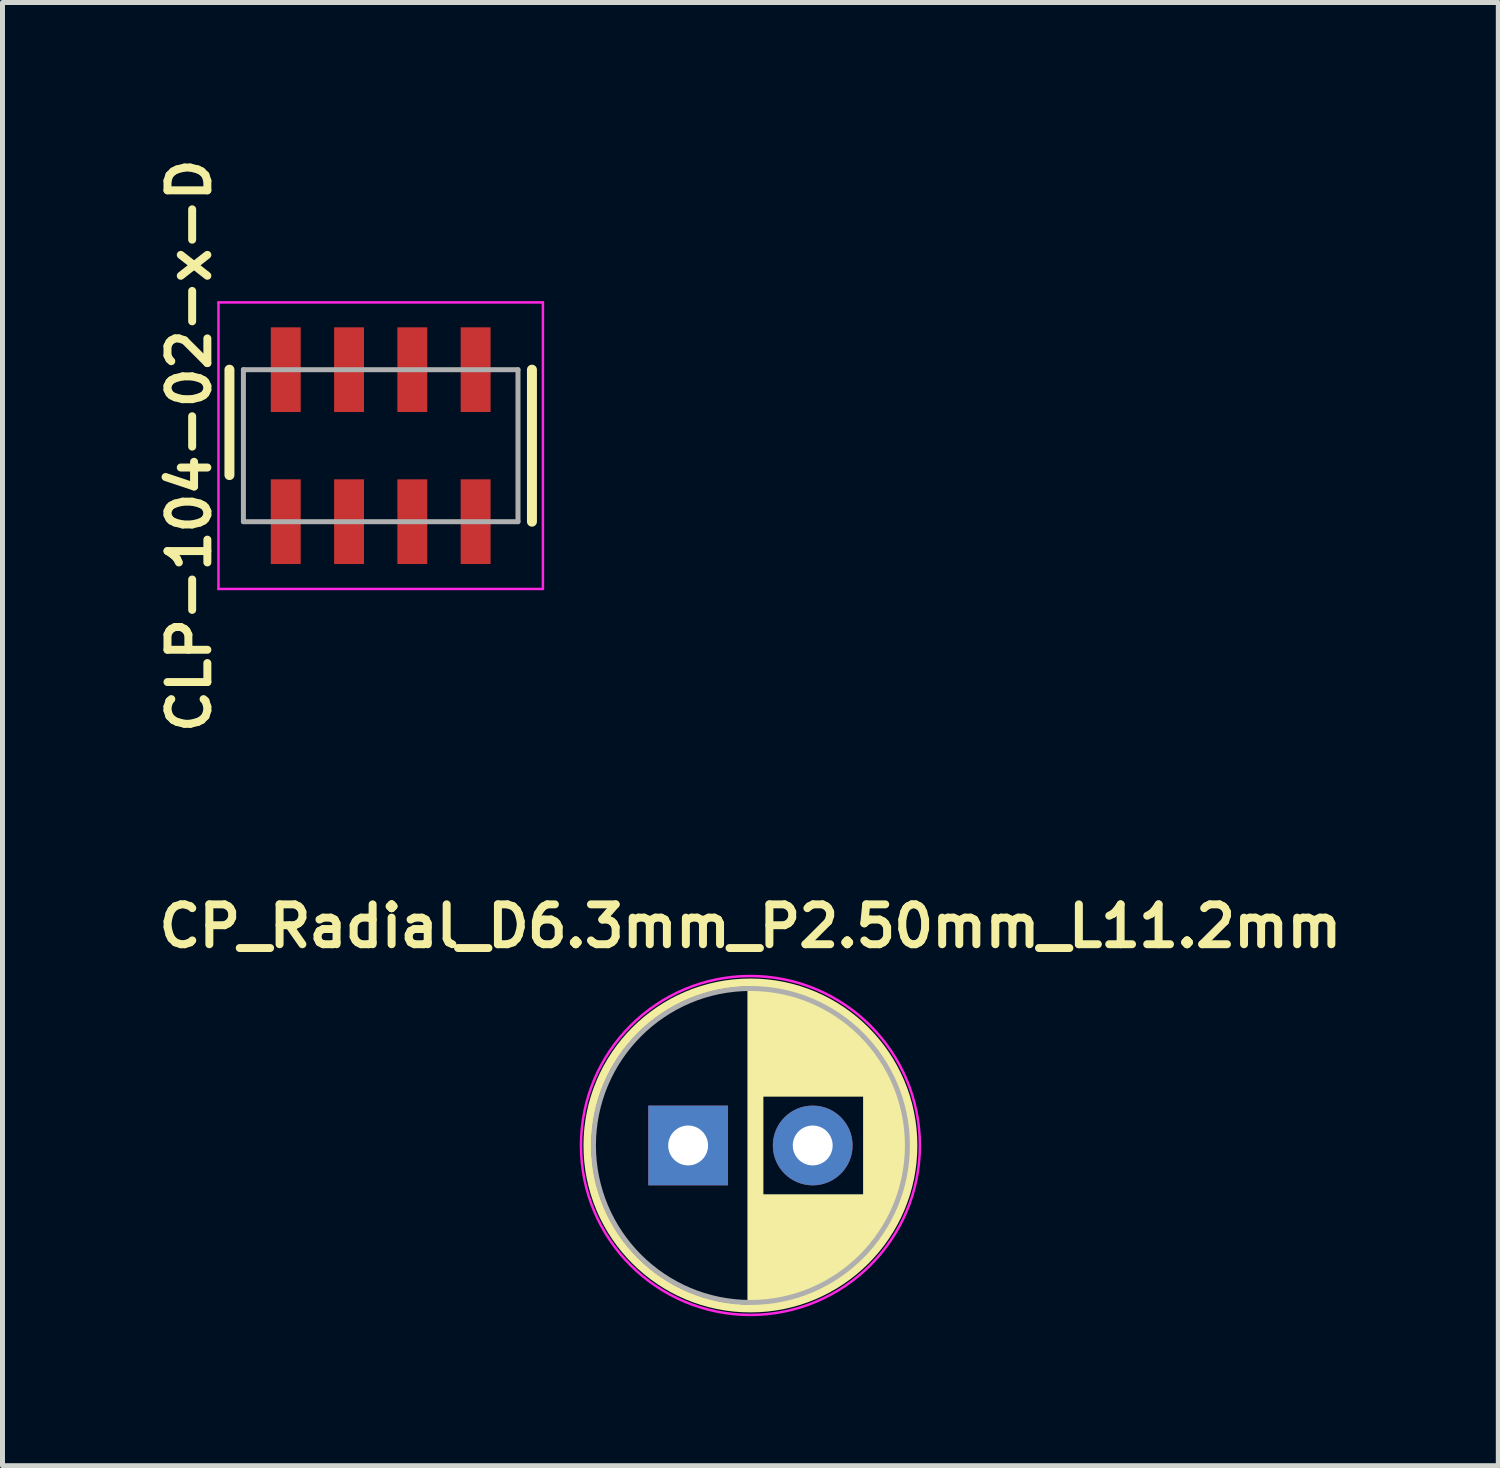
<source format=kicad_pcb>
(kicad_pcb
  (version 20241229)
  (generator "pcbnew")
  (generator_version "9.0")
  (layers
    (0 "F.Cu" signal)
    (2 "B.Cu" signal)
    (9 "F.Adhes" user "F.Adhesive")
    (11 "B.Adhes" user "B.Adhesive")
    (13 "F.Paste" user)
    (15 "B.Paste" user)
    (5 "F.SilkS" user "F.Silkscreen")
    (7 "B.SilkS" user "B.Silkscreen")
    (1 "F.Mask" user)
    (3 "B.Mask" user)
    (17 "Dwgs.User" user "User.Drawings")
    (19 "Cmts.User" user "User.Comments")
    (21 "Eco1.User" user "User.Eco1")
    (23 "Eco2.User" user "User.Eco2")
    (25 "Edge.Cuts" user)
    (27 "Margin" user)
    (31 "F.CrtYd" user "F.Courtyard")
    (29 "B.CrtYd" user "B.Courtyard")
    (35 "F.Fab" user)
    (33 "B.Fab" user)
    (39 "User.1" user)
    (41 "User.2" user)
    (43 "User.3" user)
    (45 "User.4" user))
  (footprint "CLP-104-02-x-D"
    (layer "F.Cu")
    (at 4.589 5.893)
    (property "Reference" "CLP-104-02-x-D" (at -3.84 0 90) (layer "F.SilkS") (effects (font (size 0.8 0.8) (thickness 0.16))))
    (attr through_hole)
    (fp_line (start -3.035 0.59) (end -3.035 -1.525) (stroke (width 0.2) (type solid)) (layer "F.SilkS"))
    (fp_line (start 3.035 -1.525) (end 3.035 1.525) (stroke (width 0.2) (type solid)) (layer "F.SilkS"))
    (fp_line (start -3.255 -2.875) (end 3.255 -2.875) (stroke (width 0.05) (type solid)) (layer "F.CrtYd"))
    (fp_line (start -3.255 2.875) (end -3.255 -2.875) (stroke (width 0.05) (type solid)) (layer "F.CrtYd"))
    (fp_line (start 3.255 -2.875) (end 3.255 2.875) (stroke (width 0.05) (type solid)) (layer "F.CrtYd"))
    (fp_line (start 3.255 2.875) (end -3.255 2.875) (stroke (width 0.05) (type solid)) (layer "F.CrtYd"))
    (fp_line (start -2.755 -1.525) (end -2.755 1.525) (stroke (width 0.1) (type solid)) (layer "F.Fab"))
    (fp_line (start -2.755 -1.525) (end 2.755 -1.525) (stroke (width 0.1) (type solid)) (layer "F.Fab"))
    (fp_line (start 2.755 1.525) (end -2.755 1.525) (stroke (width 0.1) (type solid)) (layer "F.Fab"))
    (fp_line (start 2.755 1.525) (end 2.755 -1.525) (stroke (width 0.1) (type solid)) (layer "F.Fab"))
    (pad "1" smd rect (at -1.905 1.525) (size 0.6 1.7) (layers "F.Cu" "F.Mask" "F.Paste"))
    (pad "2" smd rect (at -1.905 -1.525) (size 0.6 1.7) (layers "F.Cu" "F.Mask" "F.Paste"))
    (pad "3" smd rect (at -0.635 1.525) (size 0.6 1.7) (layers "F.Cu" "F.Mask" "F.Paste"))
    (pad "4" smd rect (at -0.635 -1.525) (size 0.6 1.7) (layers "F.Cu" "F.Mask" "F.Paste"))
    (pad "5" smd rect (at 0.635 1.525) (size 0.6 1.7) (layers "F.Cu" "F.Mask" "F.Paste"))
    (pad "6" smd rect (at 0.635 -1.525) (size 0.6 1.7) (layers "F.Cu" "F.Mask" "F.Paste"))
    (pad "7" smd rect (at 1.905 1.525) (size 0.6 1.7) (layers "F.Cu" "F.Mask" "F.Paste"))
    (pad "8" smd rect (at 1.905 -1.525) (size 0.6 1.7) (layers "F.Cu" "F.Mask" "F.Paste")))
  (footprint "CP_Radial_D6.3mm_P2.50mm_L11.2mm"
    (layer "F.Cu")
    (at 12.008 19.935)
    (property "Reference" "CP_Radial_D6.3mm_P2.50mm_L11.2mm" (at 0 -4.4 0) (layer "F.SilkS") (effects (font (size 0.8 0.8) (thickness 0.16))))
    (attr through_hole)
    (fp_line (start 0 -3.23) (end 0 3.23) (stroke (width 0.12) (type solid)) (layer "F.SilkS"))
    (fp_line (start 0.04 -3.23) (end 0.04 3.23) (stroke (width 0.12) (type solid)) (layer "F.SilkS"))
    (fp_line (start 0.08 -3.23) (end 0.08 3.23) (stroke (width 0.12) (type solid)) (layer "F.SilkS"))
    (fp_line (start 0.12 -3.228) (end 0.12 3.228) (stroke (width 0.12) (type solid)) (layer "F.SilkS"))
    (fp_line (start 0.16 -3.227) (end 0.16 3.227) (stroke (width 0.12) (type solid)) (layer "F.SilkS"))
    (fp_line (start 0.2 -3.224) (end 0.2 3.224) (stroke (width 0.12) (type solid)) (layer "F.SilkS"))
    (fp_line (start 0.24 -3.222) (end 0.24 -1.04) (stroke (width 0.12) (type solid)) (layer "F.SilkS"))
    (fp_line (start 0.24 1.04) (end 0.24 3.222) (stroke (width 0.12) (type solid)) (layer "F.SilkS"))
    (fp_line (start 0.28 -3.218) (end 0.28 -1.04) (stroke (width 0.12) (type solid)) (layer "F.SilkS"))
    (fp_line (start 0.28 1.04) (end 0.28 3.218) (stroke (width 0.12) (type solid)) (layer "F.SilkS"))
    (fp_line (start 0.32 -3.215) (end 0.32 -1.04) (stroke (width 0.12) (type solid)) (layer "F.SilkS"))
    (fp_line (start 0.32 1.04) (end 0.32 3.215) (stroke (width 0.12) (type solid)) (layer "F.SilkS"))
    (fp_line (start 0.36 -3.211) (end 0.36 -1.04) (stroke (width 0.12) (type solid)) (layer "F.SilkS"))
    (fp_line (start 0.36 1.04) (end 0.36 3.211) (stroke (width 0.12) (type solid)) (layer "F.SilkS"))
    (fp_line (start 0.4 -3.206) (end 0.4 -1.04) (stroke (width 0.12) (type solid)) (layer "F.SilkS"))
    (fp_line (start 0.4 1.04) (end 0.4 3.206) (stroke (width 0.12) (type solid)) (layer "F.SilkS"))
    (fp_line (start 0.44 -3.201) (end 0.44 -1.04) (stroke (width 0.12) (type solid)) (layer "F.SilkS"))
    (fp_line (start 0.44 1.04) (end 0.44 3.201) (stroke (width 0.12) (type solid)) (layer "F.SilkS"))
    (fp_line (start 0.48 -3.195) (end 0.48 -1.04) (stroke (width 0.12) (type solid)) (layer "F.SilkS"))
    (fp_line (start 0.48 1.04) (end 0.48 3.195) (stroke (width 0.12) (type solid)) (layer "F.SilkS"))
    (fp_line (start 0.52 -3.189) (end 0.52 -1.04) (stroke (width 0.12) (type solid)) (layer "F.SilkS"))
    (fp_line (start 0.52 1.04) (end 0.52 3.189) (stroke (width 0.12) (type solid)) (layer "F.SilkS"))
    (fp_line (start 0.56 -3.182) (end 0.56 -1.04) (stroke (width 0.12) (type solid)) (layer "F.SilkS"))
    (fp_line (start 0.56 1.04) (end 0.56 3.182) (stroke (width 0.12) (type solid)) (layer "F.SilkS"))
    (fp_line (start 0.6 -3.175) (end 0.6 -1.04) (stroke (width 0.12) (type solid)) (layer "F.SilkS"))
    (fp_line (start 0.6 1.04) (end 0.6 3.175) (stroke (width 0.12) (type solid)) (layer "F.SilkS"))
    (fp_line (start 0.64 -3.167) (end 0.64 -1.04) (stroke (width 0.12) (type solid)) (layer "F.SilkS"))
    (fp_line (start 0.64 1.04) (end 0.64 3.167) (stroke (width 0.12) (type solid)) (layer "F.SilkS"))
    (fp_line (start 0.68 -3.159) (end 0.68 -1.04) (stroke (width 0.12) (type solid)) (layer "F.SilkS"))
    (fp_line (start 0.68 1.04) (end 0.68 3.159) (stroke (width 0.12) (type solid)) (layer "F.SilkS"))
    (fp_line (start 0.721 -3.15) (end 0.721 -1.04) (stroke (width 0.12) (type solid)) (layer "F.SilkS"))
    (fp_line (start 0.721 1.04) (end 0.721 3.15) (stroke (width 0.12) (type solid)) (layer "F.SilkS"))
    (fp_line (start 0.761 -3.141) (end 0.761 -1.04) (stroke (width 0.12) (type solid)) (layer "F.SilkS"))
    (fp_line (start 0.761 1.04) (end 0.761 3.141) (stroke (width 0.12) (type solid)) (layer "F.SilkS"))
    (fp_line (start 0.801 -3.131) (end 0.801 -1.04) (stroke (width 0.12) (type solid)) (layer "F.SilkS"))
    (fp_line (start 0.801 1.04) (end 0.801 3.131) (stroke (width 0.12) (type solid)) (layer "F.SilkS"))
    (fp_line (start 0.841 -3.121) (end 0.841 -1.04) (stroke (width 0.12) (type solid)) (layer "F.SilkS"))
    (fp_line (start 0.841 1.04) (end 0.841 3.121) (stroke (width 0.12) (type solid)) (layer "F.SilkS"))
    (fp_line (start 0.881 -3.11) (end 0.881 -1.04) (stroke (width 0.12) (type solid)) (layer "F.SilkS"))
    (fp_line (start 0.881 1.04) (end 0.881 3.11) (stroke (width 0.12) (type solid)) (layer "F.SilkS"))
    (fp_line (start 0.921 -3.098) (end 0.921 -1.04) (stroke (width 0.12) (type solid)) (layer "F.SilkS"))
    (fp_line (start 0.921 1.04) (end 0.921 3.098) (stroke (width 0.12) (type solid)) (layer "F.SilkS"))
    (fp_line (start 0.961 -3.086) (end 0.961 -1.04) (stroke (width 0.12) (type solid)) (layer "F.SilkS"))
    (fp_line (start 0.961 1.04) (end 0.961 3.086) (stroke (width 0.12) (type solid)) (layer "F.SilkS"))
    (fp_line (start 1.001 -3.074) (end 1.001 -1.04) (stroke (width 0.12) (type solid)) (layer "F.SilkS"))
    (fp_line (start 1.001 1.04) (end 1.001 3.074) (stroke (width 0.12) (type solid)) (layer "F.SilkS"))
    (fp_line (start 1.041 -3.061) (end 1.041 -1.04) (stroke (width 0.12) (type solid)) (layer "F.SilkS"))
    (fp_line (start 1.041 1.04) (end 1.041 3.061) (stroke (width 0.12) (type solid)) (layer "F.SilkS"))
    (fp_line (start 1.081 -3.047) (end 1.081 -1.04) (stroke (width 0.12) (type solid)) (layer "F.SilkS"))
    (fp_line (start 1.081 1.04) (end 1.081 3.047) (stroke (width 0.12) (type solid)) (layer "F.SilkS"))
    (fp_line (start 1.121 -3.033) (end 1.121 -1.04) (stroke (width 0.12) (type solid)) (layer "F.SilkS"))
    (fp_line (start 1.121 1.04) (end 1.121 3.033) (stroke (width 0.12) (type solid)) (layer "F.SilkS"))
    (fp_line (start 1.161 -3.018) (end 1.161 -1.04) (stroke (width 0.12) (type solid)) (layer "F.SilkS"))
    (fp_line (start 1.161 1.04) (end 1.161 3.018) (stroke (width 0.12) (type solid)) (layer "F.SilkS"))
    (fp_line (start 1.201 -3.002) (end 1.201 -1.04) (stroke (width 0.12) (type solid)) (layer "F.SilkS"))
    (fp_line (start 1.201 1.04) (end 1.201 3.002) (stroke (width 0.12) (type solid)) (layer "F.SilkS"))
    (fp_line (start 1.241 -2.986) (end 1.241 -1.04) (stroke (width 0.12) (type solid)) (layer "F.SilkS"))
    (fp_line (start 1.241 1.04) (end 1.241 2.986) (stroke (width 0.12) (type solid)) (layer "F.SilkS"))
    (fp_line (start 1.281 -2.97) (end 1.281 -1.04) (stroke (width 0.12) (type solid)) (layer "F.SilkS"))
    (fp_line (start 1.281 1.04) (end 1.281 2.97) (stroke (width 0.12) (type solid)) (layer "F.SilkS"))
    (fp_line (start 1.321 -2.952) (end 1.321 -1.04) (stroke (width 0.12) (type solid)) (layer "F.SilkS"))
    (fp_line (start 1.321 1.04) (end 1.321 2.952) (stroke (width 0.12) (type solid)) (layer "F.SilkS"))
    (fp_line (start 1.361 -2.934) (end 1.361 -1.04) (stroke (width 0.12) (type solid)) (layer "F.SilkS"))
    (fp_line (start 1.361 1.04) (end 1.361 2.934) (stroke (width 0.12) (type solid)) (layer "F.SilkS"))
    (fp_line (start 1.401 -2.916) (end 1.401 -1.04) (stroke (width 0.12) (type solid)) (layer "F.SilkS"))
    (fp_line (start 1.401 1.04) (end 1.401 2.916) (stroke (width 0.12) (type solid)) (layer "F.SilkS"))
    (fp_line (start 1.441 -2.896) (end 1.441 -1.04) (stroke (width 0.12) (type solid)) (layer "F.SilkS"))
    (fp_line (start 1.441 1.04) (end 1.441 2.896) (stroke (width 0.12) (type solid)) (layer "F.SilkS"))
    (fp_line (start 1.481 -2.876) (end 1.481 -1.04) (stroke (width 0.12) (type solid)) (layer "F.SilkS"))
    (fp_line (start 1.481 1.04) (end 1.481 2.876) (stroke (width 0.12) (type solid)) (layer "F.SilkS"))
    (fp_line (start 1.521 -2.856) (end 1.521 -1.04) (stroke (width 0.12) (type solid)) (layer "F.SilkS"))
    (fp_line (start 1.521 1.04) (end 1.521 2.856) (stroke (width 0.12) (type solid)) (layer "F.SilkS"))
    (fp_line (start 1.561 -2.834) (end 1.561 -1.04) (stroke (width 0.12) (type solid)) (layer "F.SilkS"))
    (fp_line (start 1.561 1.04) (end 1.561 2.834) (stroke (width 0.12) (type solid)) (layer "F.SilkS"))
    (fp_line (start 1.601 -2.812) (end 1.601 -1.04) (stroke (width 0.12) (type solid)) (layer "F.SilkS"))
    (fp_line (start 1.601 1.04) (end 1.601 2.812) (stroke (width 0.12) (type solid)) (layer "F.SilkS"))
    (fp_line (start 1.641 -2.79) (end 1.641 -1.04) (stroke (width 0.12) (type solid)) (layer "F.SilkS"))
    (fp_line (start 1.641 1.04) (end 1.641 2.79) (stroke (width 0.12) (type solid)) (layer "F.SilkS"))
    (fp_line (start 1.681 -2.766) (end 1.681 -1.04) (stroke (width 0.12) (type solid)) (layer "F.SilkS"))
    (fp_line (start 1.681 1.04) (end 1.681 2.766) (stroke (width 0.12) (type solid)) (layer "F.SilkS"))
    (fp_line (start 1.721 -2.742) (end 1.721 -1.04) (stroke (width 0.12) (type solid)) (layer "F.SilkS"))
    (fp_line (start 1.721 1.04) (end 1.721 2.742) (stroke (width 0.12) (type solid)) (layer "F.SilkS"))
    (fp_line (start 1.761 -2.716) (end 1.761 -1.04) (stroke (width 0.12) (type solid)) (layer "F.SilkS"))
    (fp_line (start 1.761 1.04) (end 1.761 2.716) (stroke (width 0.12) (type solid)) (layer "F.SilkS"))
    (fp_line (start 1.801 -2.69) (end 1.801 -1.04) (stroke (width 0.12) (type solid)) (layer "F.SilkS"))
    (fp_line (start 1.801 1.04) (end 1.801 2.69) (stroke (width 0.12) (type solid)) (layer "F.SilkS"))
    (fp_line (start 1.841 -2.664) (end 1.841 -1.04) (stroke (width 0.12) (type solid)) (layer "F.SilkS"))
    (fp_line (start 1.841 1.04) (end 1.841 2.664) (stroke (width 0.12) (type solid)) (layer "F.SilkS"))
    (fp_line (start 1.881 -2.636) (end 1.881 -1.04) (stroke (width 0.12) (type solid)) (layer "F.SilkS"))
    (fp_line (start 1.881 1.04) (end 1.881 2.636) (stroke (width 0.12) (type solid)) (layer "F.SilkS"))
    (fp_line (start 1.921 -2.607) (end 1.921 -1.04) (stroke (width 0.12) (type solid)) (layer "F.SilkS"))
    (fp_line (start 1.921 1.04) (end 1.921 2.607) (stroke (width 0.12) (type solid)) (layer "F.SilkS"))
    (fp_line (start 1.961 -2.578) (end 1.961 -1.04) (stroke (width 0.12) (type solid)) (layer "F.SilkS"))
    (fp_line (start 1.961 1.04) (end 1.961 2.578) (stroke (width 0.12) (type solid)) (layer "F.SilkS"))
    (fp_line (start 2.001 -2.548) (end 2.001 -1.04) (stroke (width 0.12) (type solid)) (layer "F.SilkS"))
    (fp_line (start 2.001 1.04) (end 2.001 2.548) (stroke (width 0.12) (type solid)) (layer "F.SilkS"))
    (fp_line (start 2.041 -2.516) (end 2.041 -1.04) (stroke (width 0.12) (type solid)) (layer "F.SilkS"))
    (fp_line (start 2.041 1.04) (end 2.041 2.516) (stroke (width 0.12) (type solid)) (layer "F.SilkS"))
    (fp_line (start 2.081 -2.484) (end 2.081 -1.04) (stroke (width 0.12) (type solid)) (layer "F.SilkS"))
    (fp_line (start 2.081 1.04) (end 2.081 2.484) (stroke (width 0.12) (type solid)) (layer "F.SilkS"))
    (fp_line (start 2.121 -2.45) (end 2.121 -1.04) (stroke (width 0.12) (type solid)) (layer "F.SilkS"))
    (fp_line (start 2.121 1.04) (end 2.121 2.45) (stroke (width 0.12) (type solid)) (layer "F.SilkS"))
    (fp_line (start 2.161 -2.416) (end 2.161 -1.04) (stroke (width 0.12) (type solid)) (layer "F.SilkS"))
    (fp_line (start 2.161 1.04) (end 2.161 2.416) (stroke (width 0.12) (type solid)) (layer "F.SilkS"))
    (fp_line (start 2.201 -2.38) (end 2.201 -1.04) (stroke (width 0.12) (type solid)) (layer "F.SilkS"))
    (fp_line (start 2.201 1.04) (end 2.201 2.38) (stroke (width 0.12) (type solid)) (layer "F.SilkS"))
    (fp_line (start 2.241 -2.343) (end 2.241 -1.04) (stroke (width 0.12) (type solid)) (layer "F.SilkS"))
    (fp_line (start 2.241 1.04) (end 2.241 2.343) (stroke (width 0.12) (type solid)) (layer "F.SilkS"))
    (fp_line (start 2.281 -2.305) (end 2.281 -1.04) (stroke (width 0.12) (type solid)) (layer "F.SilkS"))
    (fp_line (start 2.281 1.04) (end 2.281 2.305) (stroke (width 0.12) (type solid)) (layer "F.SilkS"))
    (fp_line (start 2.321 -2.265) (end 2.321 2.265) (stroke (width 0.12) (type solid)) (layer "F.SilkS"))
    (fp_line (start 2.361 -2.224) (end 2.361 2.224) (stroke (width 0.12) (type solid)) (layer "F.SilkS"))
    (fp_line (start 2.401 -2.182) (end 2.401 2.182) (stroke (width 0.12) (type solid)) (layer "F.SilkS"))
    (fp_line (start 2.441 -2.137) (end 2.441 2.137) (stroke (width 0.12) (type solid)) (layer "F.SilkS"))
    (fp_line (start 2.481 -2.092) (end 2.481 2.092) (stroke (width 0.12) (type solid)) (layer "F.SilkS"))
    (fp_line (start 2.521 -2.044) (end 2.521 2.044) (stroke (width 0.12) (type solid)) (layer "F.SilkS"))
    (fp_line (start 2.561 -1.995) (end 2.561 1.995) (stroke (width 0.12) (type solid)) (layer "F.SilkS"))
    (fp_line (start 2.601 -1.944) (end 2.601 1.944) (stroke (width 0.12) (type solid)) (layer "F.SilkS"))
    (fp_line (start 2.641 -1.89) (end 2.641 1.89) (stroke (width 0.12) (type solid)) (layer "F.SilkS"))
    (fp_line (start 2.681 -1.834) (end 2.681 1.834) (stroke (width 0.12) (type solid)) (layer "F.SilkS"))
    (fp_line (start 2.721 -1.776) (end 2.721 1.776) (stroke (width 0.12) (type solid)) (layer "F.SilkS"))
    (fp_line (start 2.761 -1.714) (end 2.761 1.714) (stroke (width 0.12) (type solid)) (layer "F.SilkS"))
    (fp_line (start 2.801 -1.65) (end 2.801 1.65) (stroke (width 0.12) (type solid)) (layer "F.SilkS"))
    (fp_line (start 2.841 -1.581) (end 2.841 1.581) (stroke (width 0.12) (type solid)) (layer "F.SilkS"))
    (fp_line (start 2.881 -1.509) (end 2.881 1.509) (stroke (width 0.12) (type solid)) (layer "F.SilkS"))
    (fp_line (start 2.921 -1.432) (end 2.921 1.432) (stroke (width 0.12) (type solid)) (layer "F.SilkS"))
    (fp_line (start 2.961 -1.35) (end 2.961 1.35) (stroke (width 0.12) (type solid)) (layer "F.SilkS"))
    (fp_line (start 3.001 -1.262) (end 3.001 1.262) (stroke (width 0.12) (type solid)) (layer "F.SilkS"))
    (fp_line (start 3.041 -1.165) (end 3.041 1.165) (stroke (width 0.12) (type solid)) (layer "F.SilkS"))
    (fp_line (start 3.081 -1.059) (end 3.081 1.059) (stroke (width 0.12) (type solid)) (layer "F.SilkS"))
    (fp_line (start 3.121 -0.94) (end 3.121 0.94) (stroke (width 0.12) (type solid)) (layer "F.SilkS"))
    (fp_line (start 3.161 -0.802) (end 3.161 0.802) (stroke (width 0.12) (type solid)) (layer "F.SilkS"))
    (fp_line (start 3.201 -0.633) (end 3.201 0.633) (stroke (width 0.12) (type solid)) (layer "F.SilkS"))
    (fp_line (start 3.241 -0.402) (end 3.241 0.402) (stroke (width 0.12) (type solid)) (layer "F.SilkS"))
    (fp_circle (center 0 0) (end 3.27 0) (stroke (width 0.16) (type solid)) (fill no) (layer "F.SilkS"))
    (fp_circle (center 0 0) (end 3.4 0) (stroke (width 0.05) (type solid)) (fill no) (layer "F.CrtYd"))
    (fp_circle (center 0 0) (end 3.15 0) (stroke (width 0.1) (type solid)) (fill no) (layer "F.Fab"))
    (pad "1" thru_hole rect (at -1.25 0) (size 1.6 1.6) (drill 0.8) (layers "*.Cu" "*.Mask"))
    (pad "2" thru_hole circle (at 1.25 0) (size 1.6 1.6) (drill 0.8) (layers "*.Cu" "*.Mask")))
  (gr_rect
    (start -3 -3)
    (end 27.015 26.36)
    (stroke (width 0.1) (type default))
    (fill no)
    (layer "Edge.Cuts")))
</source>
